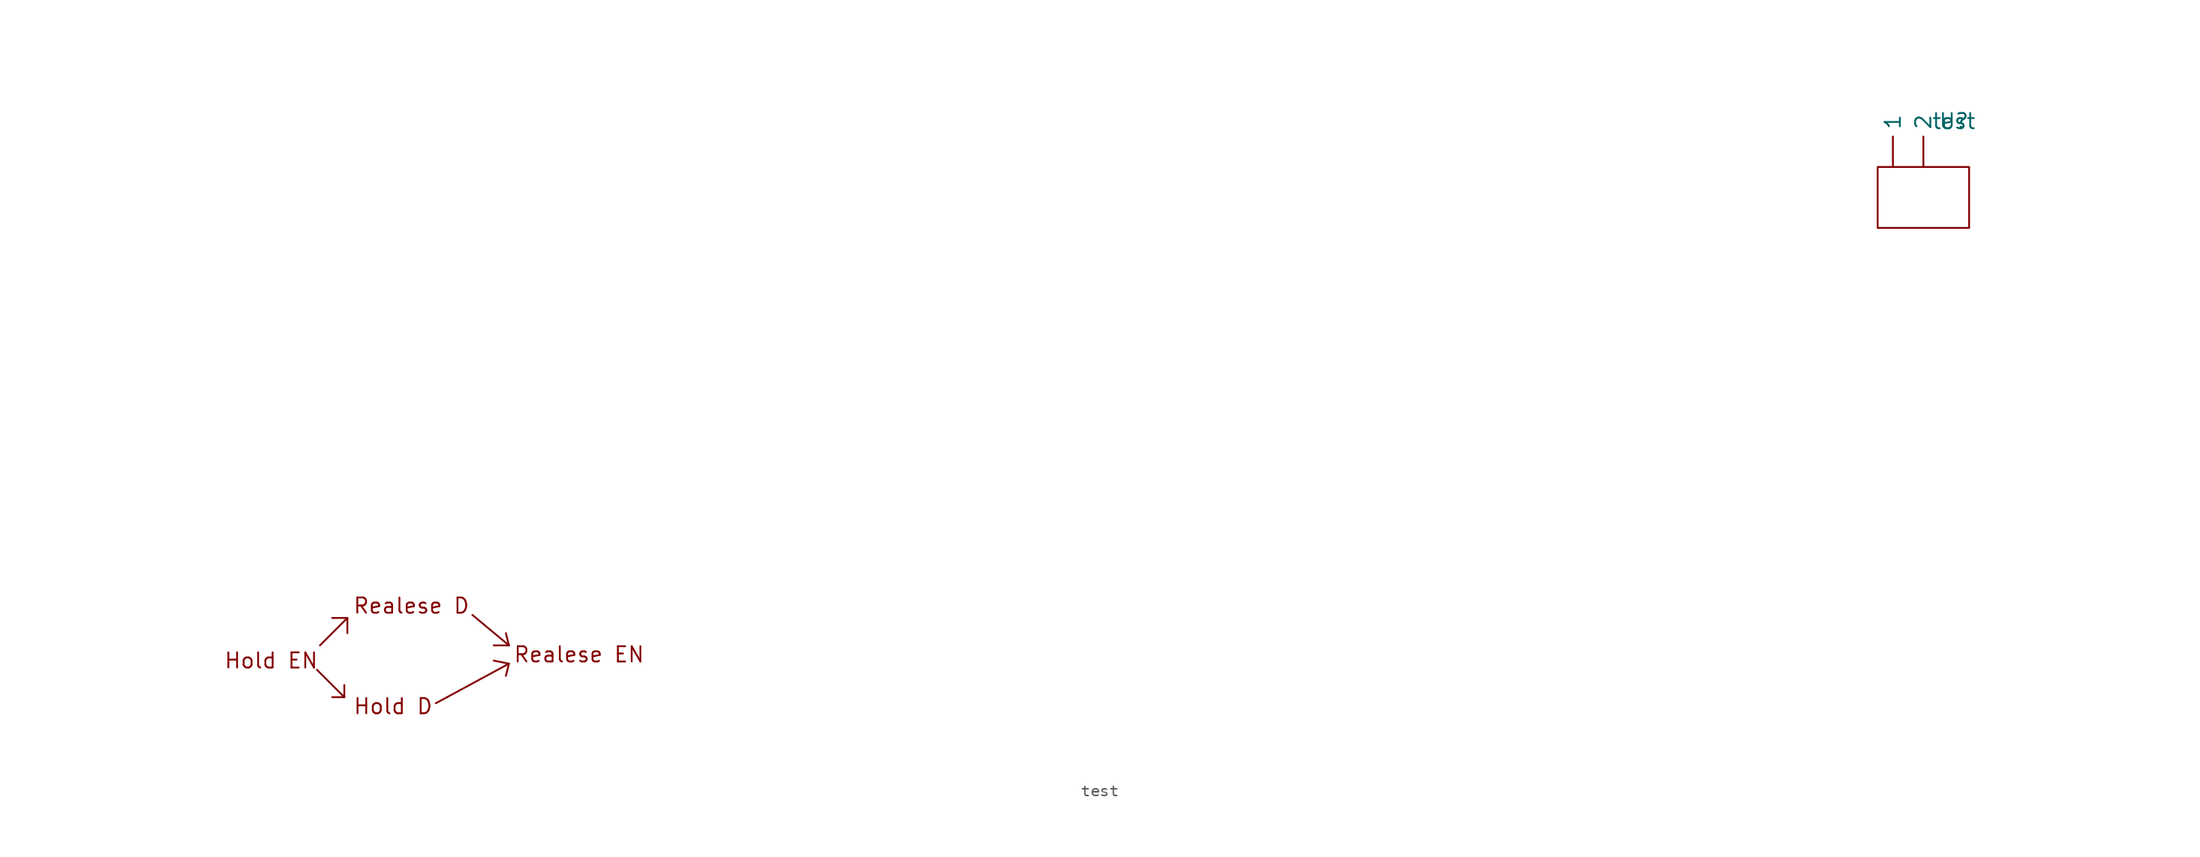
<source format=kicad_sym>
(kicad_symbol_lib
  (version 20211014)
  (generator kicad_symbol_editor)
  (symbol "test"
    (property "Reference" "U"
      (at 0 0 0)
      (effects (font (size 1.27 1.27))))
    (property "Value" "test"
      (at 0 0 0)
      (effects (font (size 1.27 1.27))))
    (symbol "test_0_0"
      (polyline (pts (xy -136.398 -45.72) (xy -134.112 -48.006)) (stroke (width 0) (type default) (color 0 0 0 0)) (fill (type none)))
      (polyline (pts (xy -134.112 -48.006) (xy -135.128 -48.006)) (stroke (width 0) (type default) (color 0 0 0 0)) (fill (type none)))
      (polyline (pts (xy -134.112 -48.006) (xy -134.112 -46.99)) (stroke (width 0) (type default) (color 0 0 0 0)) (fill (type none)))
      (polyline (pts (xy -133.858 -41.402) (xy -136.144 -43.688)) (stroke (width 0) (type default) (color 0 0 0 0)) (fill (type none)))
      (polyline (pts (xy -133.858 -41.402) (xy -135.128 -41.402)) (stroke (width 0) (type default) (color 0 0 0 0)) (fill (type none)))
      (polyline (pts (xy -133.858 -41.402) (xy -133.858 -42.672)) (stroke (width 0) (type default) (color 0 0 0 0)) (fill (type none)))
      (polyline (pts (xy -126.492 -48.514) (xy -120.396 -45.212)) (stroke (width 0) (type default) (color 0 0 0 0)) (fill (type none)))
      (polyline (pts (xy -123.444 -41.148) (xy -120.396 -43.688)) (stroke (width 0) (type default) (color 0 0 0 0)) (fill (type none)))
      (polyline (pts (xy -120.396 -45.212) (xy -121.666 -44.958)) (stroke (width 0) (type default) (color 0 0 0 0)) (fill (type none)))
      (polyline (pts (xy -120.396 -45.212) (xy -120.65 -46.228)) (stroke (width 0) (type default) (color 0 0 0 0)) (fill (type none)))
      (polyline (pts (xy -120.396 -43.688) (xy -121.666 -43.688)) (stroke (width 0) (type default) (color 0 0 0 0)) (fill (type none)))
      (polyline (pts (xy -120.396 -43.688) (xy -120.65 -42.672)) (stroke (width 0) (type default) (color 0 0 0 0)) (fill (type none)))
      (text "Hold D" (at -130.048 -48.768 0) (effects (font (size 1.27 1.27))))
      (text "Hold EN" (at -140.208 -44.958 0) (effects (font (size 1.27 1.27))))
      (text "Realese D" (at -128.524 -40.386 0) (effects (font (size 1.27 1.27))))
      (text "Realese EN" (at -114.554 -44.45 0) (effects (font (size 1.27 1.27)))))
    (symbol "test_0_1"
      (rectangle (start 1.27 -3.81) (end -6.35 -8.89) (stroke (width 0) (type default) (color 0 0 0 0)) (fill (type none))))
    (symbol "test_1_1"
      (pin input line (at -5.08 -3.81 90) (length 2.54) (name "1" (effects (font (size 1.27 1.27)))) (number "" (effects (font (size 0.9 0.9)))))
      (pin input line (at -2.54 -3.81 90) (length 2.54) (name "2" (effects (font (size 1.27 1.27)))) (number "" (effects (font (size 0.9 0.9))))))))
</source>
